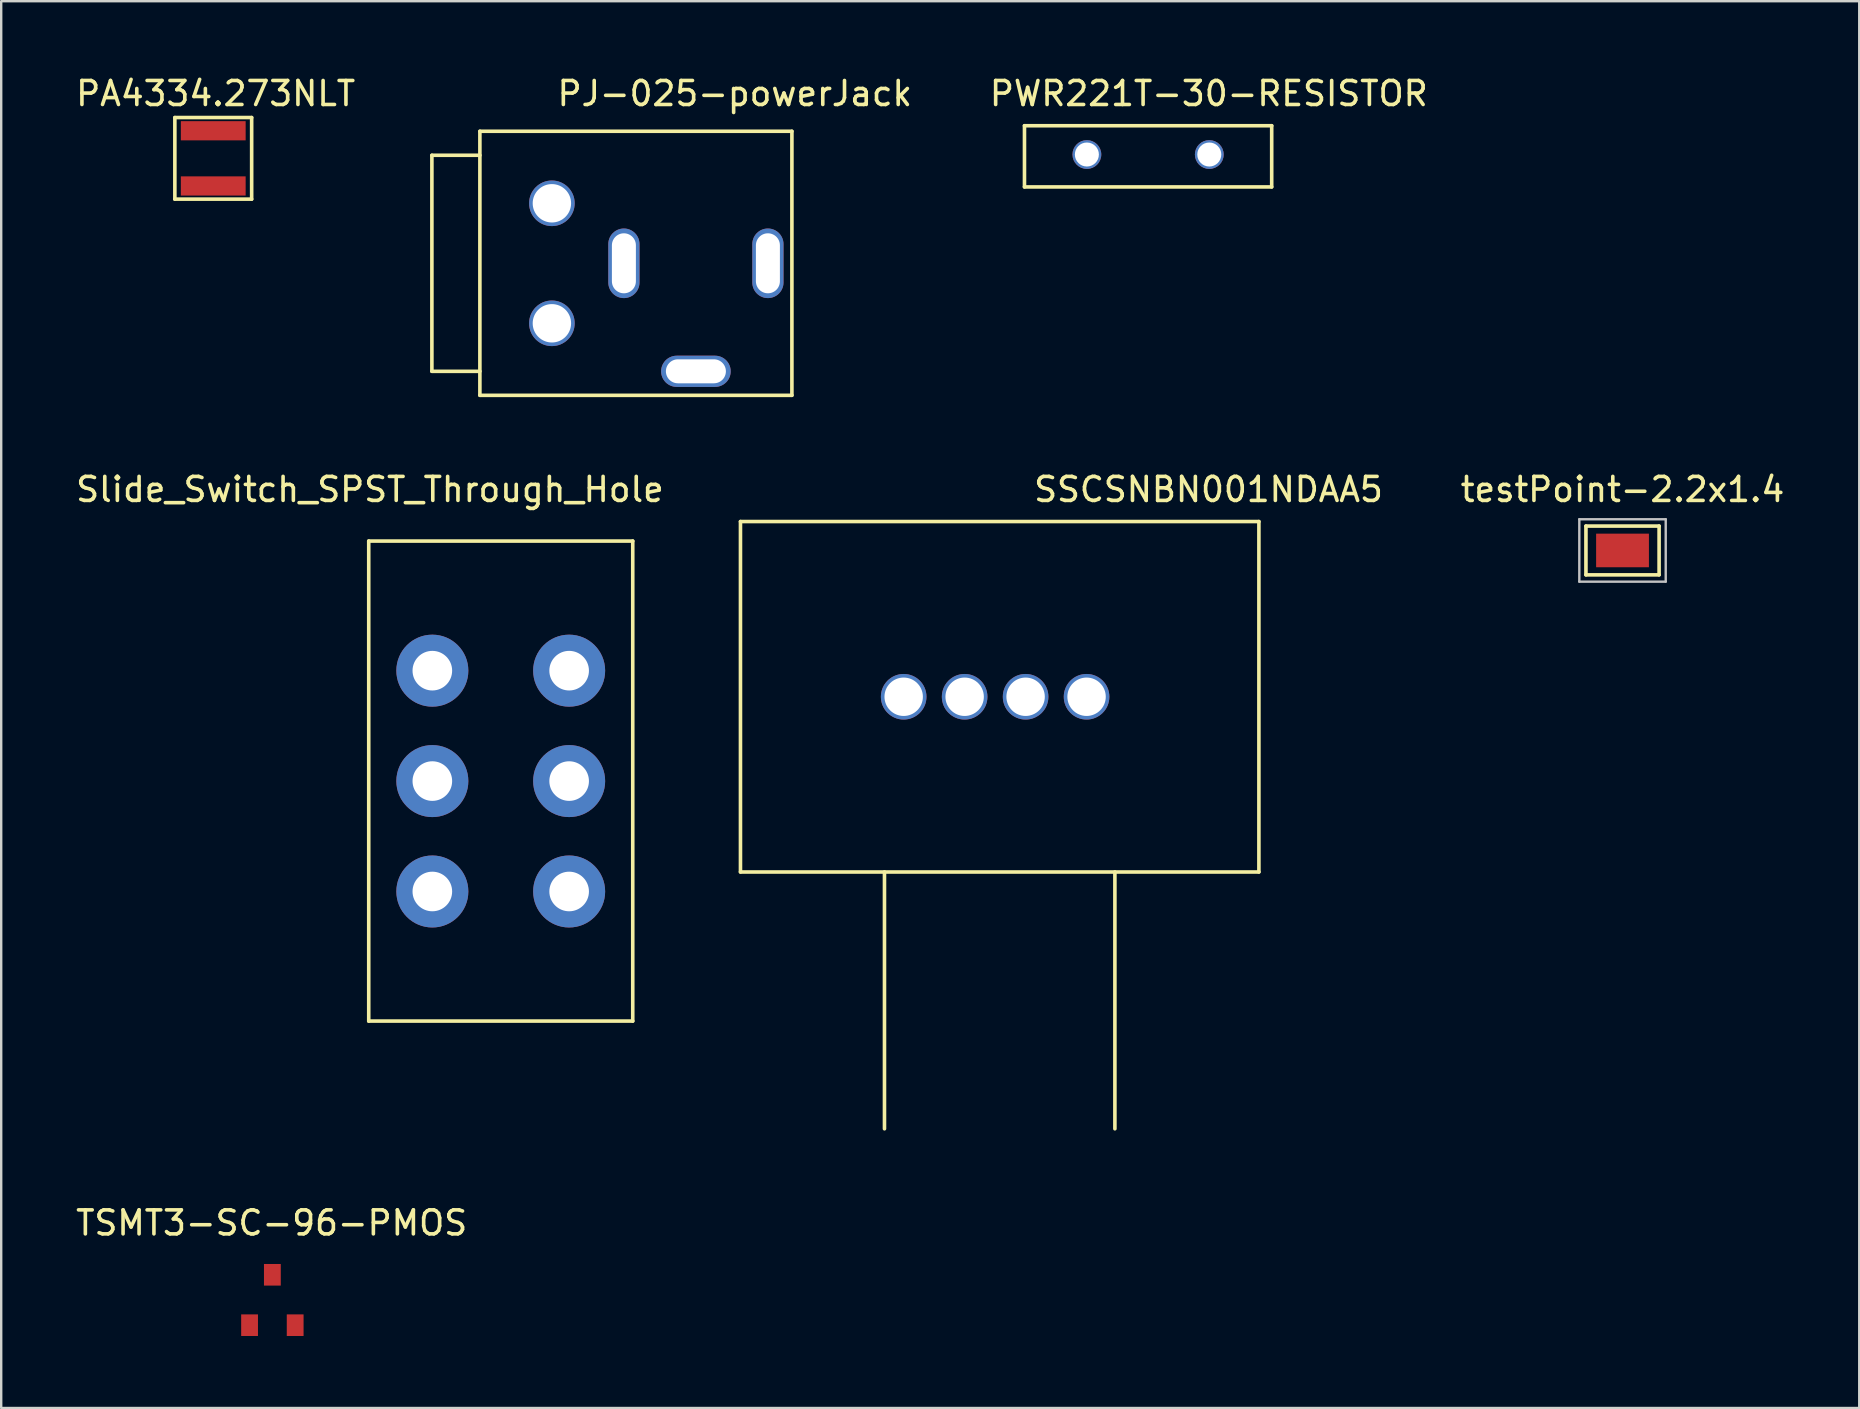
<source format=kicad_pcb>
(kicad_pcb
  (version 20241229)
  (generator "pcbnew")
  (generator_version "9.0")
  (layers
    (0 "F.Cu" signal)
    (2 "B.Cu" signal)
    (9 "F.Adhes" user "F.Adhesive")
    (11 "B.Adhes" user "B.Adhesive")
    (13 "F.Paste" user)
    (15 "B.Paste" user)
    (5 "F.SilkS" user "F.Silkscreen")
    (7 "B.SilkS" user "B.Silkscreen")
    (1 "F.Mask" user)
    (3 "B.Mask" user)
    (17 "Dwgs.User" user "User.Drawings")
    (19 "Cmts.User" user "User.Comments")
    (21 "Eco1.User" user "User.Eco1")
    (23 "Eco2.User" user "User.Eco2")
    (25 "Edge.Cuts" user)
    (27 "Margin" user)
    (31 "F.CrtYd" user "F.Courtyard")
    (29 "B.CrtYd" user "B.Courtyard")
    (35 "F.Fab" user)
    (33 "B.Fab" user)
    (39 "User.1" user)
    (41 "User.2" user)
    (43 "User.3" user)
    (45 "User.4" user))
  (footprint "PWR221T-30-RESISTOR"
    (layer "F.Cu")
    (at 42.234 3.388)
    (property "Reference" "PWR221T-30-RESISTOR" (at 5.08 -2.54 0) (layer "F.SilkS") (effects (font (size 1 1) (thickness 0.15))))
    (attr through_hole)
    (fp_line (start -2.6 -1.2) (end 7.7 -1.2) (stroke (width 0.15) (type solid)) (layer "F.SilkS"))
    (fp_line (start -2.6 1.35) (end -2.6 -1.2) (stroke (width 0.15) (type solid)) (layer "F.SilkS"))
    (fp_line (start 7.7 -1.2) (end 7.7 1.35) (stroke (width 0.15) (type solid)) (layer "F.SilkS"))
    (fp_line (start 7.7 1.35) (end -2.6 1.35) (stroke (width 0.15) (type solid)) (layer "F.SilkS"))
    (pad "1" thru_hole circle (at 0 0) (size 1.2 1.2) (drill 1) (layers "*.Cu" "*.Mask"))
    (pad "2" thru_hole circle (at 5.1 0) (size 1.2 1.2) (drill 1) (layers "*.Cu" "*.Mask")))
  (footprint "PJ-025-powerJack"
    (layer "F.Cu")
    (at 19.944 5.42)
    (property "Reference" "PJ-025-powerJack" (at 7.62 -4.572 180) (layer "F.SilkS") (effects (font (size 1 1) (thickness 0.15))))
    (attr through_hole)
    (fp_line (start -5 -2) (end -5 7) (stroke (width 0.15) (type solid)) (layer "F.SilkS"))
    (fp_line (start -5 -2) (end -3 -2) (stroke (width 0.15) (type solid)) (layer "F.SilkS"))
    (fp_line (start -5 7) (end -3 7) (stroke (width 0.15) (type solid)) (layer "F.SilkS"))
    (fp_line (start -3 -3) (end -3 8) (stroke (width 0.15) (type solid)) (layer "F.SilkS"))
    (fp_line (start -3 -3) (end 10 -3) (stroke (width 0.15) (type solid)) (layer "F.SilkS"))
    (fp_line (start 10 -3) (end 10 8) (stroke (width 0.15) (type solid)) (layer "F.SilkS"))
    (fp_line (start 10 8) (end -3 8) (stroke (width 0.15) (type solid)) (layer "F.SilkS"))
    (pad "1" thru_hole oval (at 9 2.5) (size 1.3 2.9) (drill oval 1 2.5) (layers "*.Cu" "*.Mask"))
    (pad "2" thru_hole oval (at 3 2.5) (size 1.3 2.9) (drill oval 1 2.5) (layers "*.Cu" "*.Mask"))
    (pad "3" thru_hole oval (at 6 7) (size 2.9 1.3) (drill oval 2.5 1) (layers "*.Cu" "*.Mask"))
    (pad "~" thru_hole circle (at 0 0) (size 1.9 1.9) (drill 1.6) (layers "*.Cu" "*.Mask"))
    (pad "~" thru_hole circle (at 0 5) (size 1.9 1.9) (drill 1.6) (layers "*.Cu" "*.Mask")))
  (footprint "SSCSNBN001NDAA5"
    (layer "F.Cu")
    (at 34.601 25.98)
    (property "Reference" "SSCSNBN001NDAA5" (at 12.7 -8.636 0) (layer "F.SilkS") (effects (font (size 1 1) (thickness 0.15))))
    (attr through_hole)
    (fp_line (start -6.8 -7.3) (end -6.8 7.3) (stroke (width 0.15) (type solid)) (layer "F.SilkS"))
    (fp_line (start -0.8 7.3) (end -0.8 18) (stroke (width 0.15) (type solid)) (layer "F.SilkS"))
    (fp_line (start 8.8 7.3) (end 8.8 18) (stroke (width 0.15) (type solid)) (layer "F.SilkS"))
    (fp_line (start 14.8 -7.3) (end -6.8 -7.3) (stroke (width 0.15) (type solid)) (layer "F.SilkS"))
    (fp_line (start 14.8 -7.3) (end 14.8 7.3) (stroke (width 0.15) (type solid)) (layer "F.SilkS"))
    (fp_line (start 14.8 7.3) (end -6.8 7.3) (stroke (width 0.15) (type solid)) (layer "F.SilkS"))
    (pad "1" thru_hole circle (at 0 0) (size 1.9 1.9) (drill 1.6) (layers "*.Cu" "*.Mask"))
    (pad "2" thru_hole circle (at 2.54 0) (size 1.9 1.9) (drill 1.6) (layers "*.Cu" "*.Mask"))
    (pad "3" thru_hole circle (at 5.08 0) (size 1.9 1.9) (drill 1.6) (layers "*.Cu" "*.Mask"))
    (pad "4" thru_hole circle (at 7.62 0) (size 1.9 1.9) (drill 1.6) (layers "*.Cu" "*.Mask")))
  (footprint "TSMT3-SC-96-PMOS"
    (layer "F.Cu")
    (at 6.998 51.713)
    (property "Reference" "TSMT3-SC-96-PMOS" (at 1.27 -3.81 0) (layer "F.SilkS") (effects (font (size 1 1) (thickness 0.15))))
    (attr through_hole)
    (pad "1" smd rect (at 0.35 0.45) (size 0.7 0.9) (layers "F.Cu" "F.Mask" "F.Paste"))
    (pad "2" smd rect (at 2.25 0.45) (size 0.7 0.9) (layers "F.Cu" "F.Mask" "F.Paste"))
    (pad "3" smd rect (at 1.3 -1.65) (size 0.7 0.9) (layers "F.Cu" "F.Mask" "F.Paste")))
  (footprint "testPoint-2.2x1.4"
    (layer "F.Cu")
    (at 64.551 19.884)
    (property "Reference" "testPoint-2.2x1.4" (at 0 -2.54 0) (layer "F.SilkS") (effects (font (size 1 1) (thickness 0.15))))
    (attr through_hole)
    (fp_line (start -1.524 -1.016) (end 1.524 -1.016) (stroke (width 0.15) (type solid)) (layer "F.SilkS"))
    (fp_line (start -1.524 1.016) (end -1.524 -1.016) (stroke (width 0.15) (type solid)) (layer "F.SilkS"))
    (fp_line (start 1.524 -1.016) (end 1.524 1.016) (stroke (width 0.15) (type solid)) (layer "F.SilkS"))
    (fp_line (start 1.524 1.016) (end -1.524 1.016) (stroke (width 0.15) (type solid)) (layer "F.SilkS"))
    (fp_line (start -1.8 -1.3) (end 1.8 -1.3) (stroke (width 0.1) (type solid)) (layer "Dwgs.User"))
    (fp_line (start -1.8 1.3) (end -1.8 -1.3) (stroke (width 0.1) (type solid)) (layer "Dwgs.User"))
    (fp_line (start 1.8 -1.3) (end 1.8 1.3) (stroke (width 0.1) (type solid)) (layer "Dwgs.User"))
    (fp_line (start 1.8 1.3) (end -1.8 1.3) (stroke (width 0.1) (type solid)) (layer "Dwgs.User"))
    (pad "1" smd rect (at 0 0) (size 2.2 1.4) (layers "F.Cu" "F.Mask" "F.Paste")))
  (footprint "PA4334.273NLT"
    (layer "F.Cu")
    (at 5.835 2.798)
    (property "Reference" "PA4334.273NLT" (at 0.1 -1.95 0) (layer "F.SilkS") (effects (font (size 1 1) (thickness 0.15))))
    (attr through_hole)
    (fp_line (start -1.6 -0.95) (end -1.6 2.45) (stroke (width 0.15) (type solid)) (layer "F.SilkS"))
    (fp_line (start -1.6 2.45) (end 1.6 2.45) (stroke (width 0.15) (type solid)) (layer "F.SilkS"))
    (fp_line (start 1.6 -0.95) (end -1.6 -0.95) (stroke (width 0.15) (type solid)) (layer "F.SilkS"))
    (fp_line (start 1.6 2.45) (end 1.6 -0.95) (stroke (width 0.15) (type solid)) (layer "F.SilkS"))
    (pad "1" smd rect (at 0 -0.4) (size 2.7 0.8) (layers "F.Cu" "F.Mask" "F.Paste"))
    (pad "2" smd rect (at 0 1.9) (size 2.7 0.8) (layers "F.Cu" "F.Mask" "F.Paste")))
  (footprint "Slide_Switch_SPST_Through_Hole"
    (layer "F.Cu")
    (at 14.963 24.893)
    (property "Reference" "Slide_Switch_SPST_Through_Hole" (at -2.6 -7.55 0) (layer "F.SilkS") (effects (font (size 1 1) (thickness 0.15))))
    (attr through_hole)
    (fp_line (start -2.65 -5.4) (end 8.35 -5.4) (stroke (width 0.15) (type solid)) (layer "F.SilkS"))
    (fp_line (start -2.65 14.6) (end -2.65 -5.4) (stroke (width 0.15) (type solid)) (layer "F.SilkS"))
    (fp_line (start 8.35 -5.4) (end 8.35 14.6) (stroke (width 0.15) (type solid)) (layer "F.SilkS"))
    (fp_line (start 8.35 14.6) (end -2.65 14.6) (stroke (width 0.15) (type solid)) (layer "F.SilkS"))
    (pad "1" thru_hole circle (at 5.7 0) (size 3 3) (drill 1.65) (layers "*.Cu" "*.Mask"))
    (pad "2" thru_hole circle (at 5.7 4.6) (size 3 3) (drill 1.65) (layers "*.Cu" "*.Mask"))
    (pad "3" thru_hole circle (at 5.7 9.2) (size 3 3) (drill 1.65) (layers "*.Cu" "*.Mask"))
    (pad "4" thru_hole circle (at 0 9.2) (size 3 3) (drill 1.65) (layers "*.Cu" "*.Mask"))
    (pad "5" thru_hole circle (at 0 4.6) (size 3 3) (drill 1.65) (layers "*.Cu" "*.Mask"))
    (pad "6" thru_hole circle (at 0 0) (size 3 3) (drill 1.65) (layers "*.Cu" "*.Mask")))
  (gr_rect
    (start -3 -3)
    (end 74.414 55.613)
    (stroke (width 0.1) (type default))
    (fill no)
    (layer "Edge.Cuts")))
</source>
